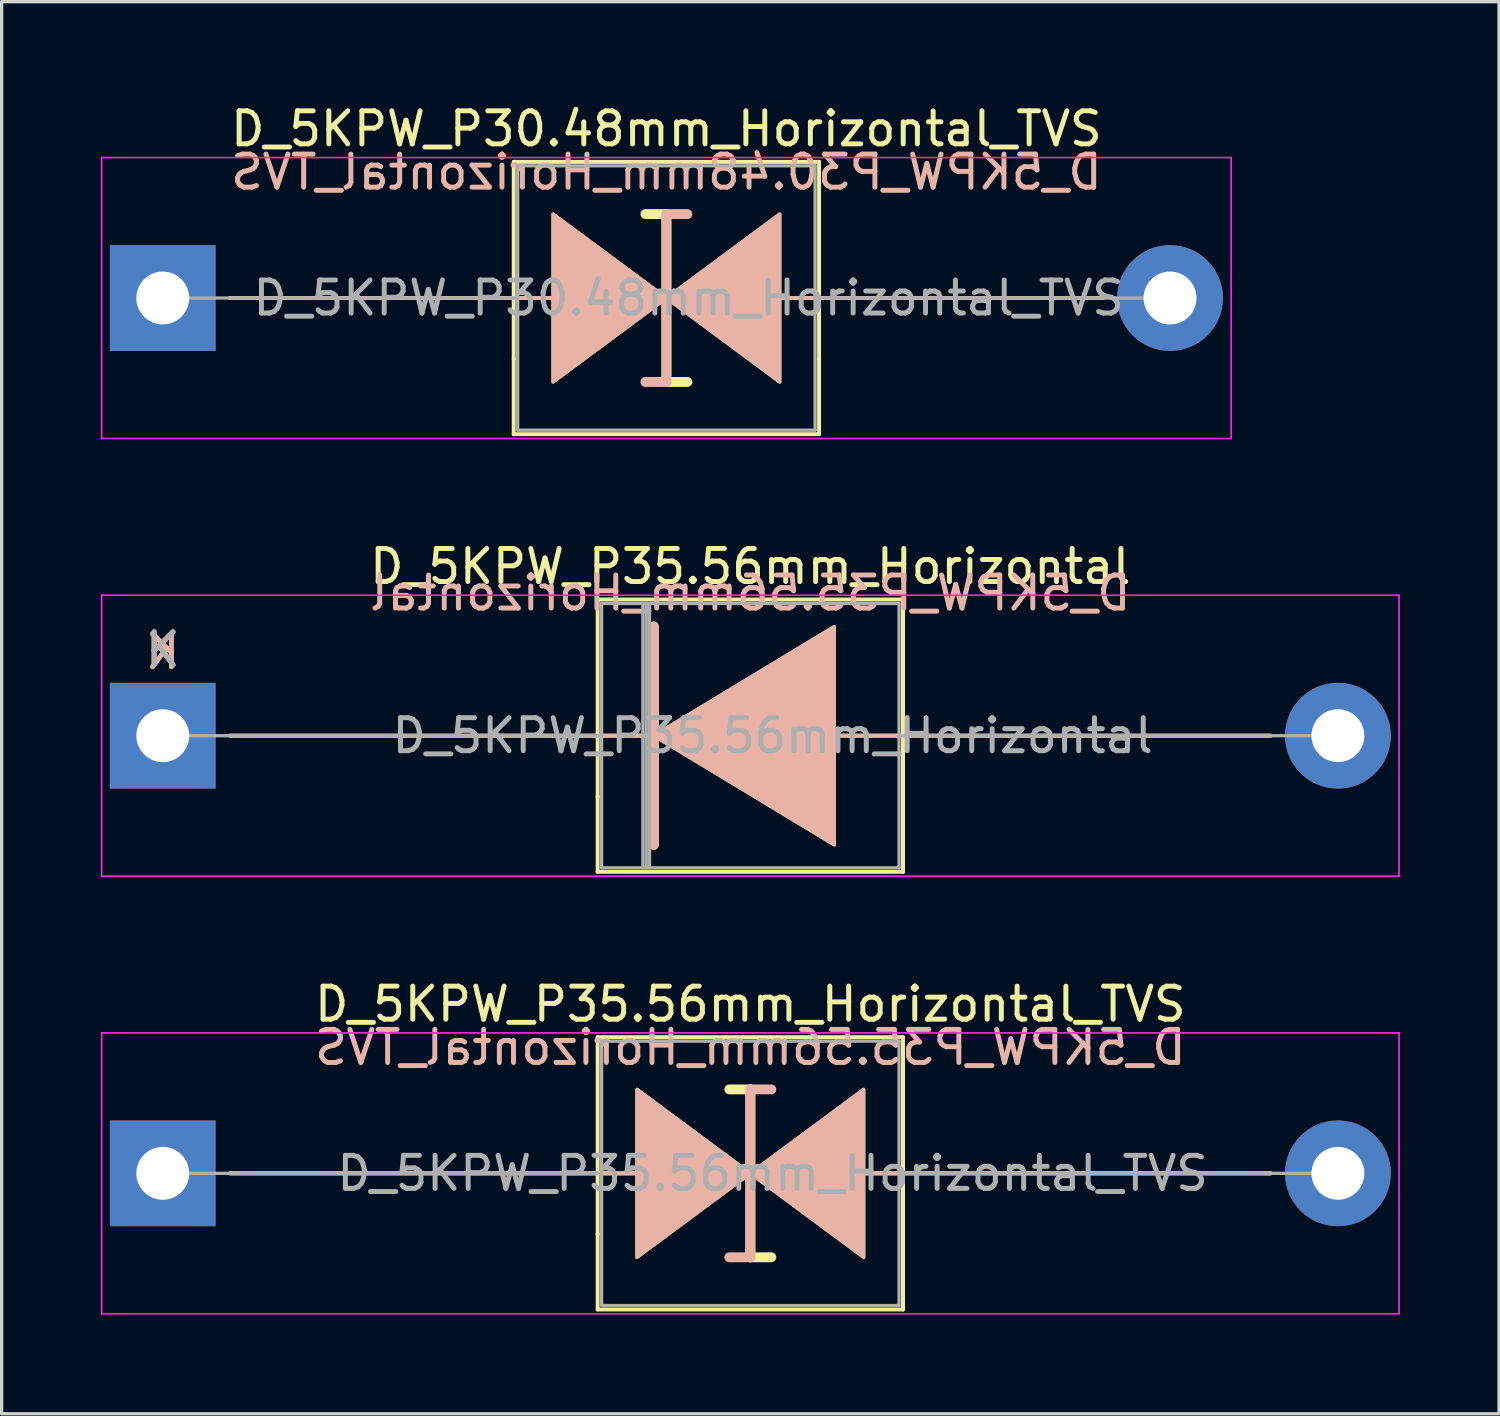
<source format=kicad_pcb>
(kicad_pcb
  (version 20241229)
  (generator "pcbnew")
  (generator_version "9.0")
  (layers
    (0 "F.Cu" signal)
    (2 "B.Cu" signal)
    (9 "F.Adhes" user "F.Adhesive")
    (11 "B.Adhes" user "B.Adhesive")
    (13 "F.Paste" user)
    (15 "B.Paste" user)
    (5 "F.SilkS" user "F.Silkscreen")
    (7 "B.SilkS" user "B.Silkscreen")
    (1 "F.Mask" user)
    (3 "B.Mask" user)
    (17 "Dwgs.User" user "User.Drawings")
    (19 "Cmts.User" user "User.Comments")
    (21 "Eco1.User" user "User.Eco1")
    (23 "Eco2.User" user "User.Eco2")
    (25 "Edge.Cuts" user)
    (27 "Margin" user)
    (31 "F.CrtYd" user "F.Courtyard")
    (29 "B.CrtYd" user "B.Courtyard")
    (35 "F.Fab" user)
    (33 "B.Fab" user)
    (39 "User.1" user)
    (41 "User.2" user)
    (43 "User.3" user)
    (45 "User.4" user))
  (footprint "D_5KPW_P35.56mm_Horizontal"
    (layer "F.Cu")
    (at 1.875 19.212)
    (property "Reference" "D_5KPW_P35.56mm_Horizontal" (at 17.78 -5.12 0) (layer "F.SilkS") (effects (font (size 1 1) (thickness 0.15))))
    (fp_line (start 2.032 0) (end 14.859 0) (stroke (width 0.12) (type solid)) (layer "F.SilkS"))
    (fp_line (start 13.16 -4.12) (end 22.4 -4.12) (stroke (width 0.12) (type solid)) (layer "F.SilkS"))
    (fp_line (start 13.16 1.84) (end 13.16 -4.12) (stroke (width 0.12) (type solid)) (layer "F.SilkS"))
    (fp_line (start 13.16 1.84) (end 13.16 4.12) (stroke (width 0.12) (type solid)) (layer "F.SilkS"))
    (fp_line (start 13.16 4.12) (end 22.4 4.12) (stroke (width 0.12) (type solid)) (layer "F.SilkS"))
    (fp_line (start 14.859 -3.302) (end 14.859 3.302) (stroke (width 0.3) (type solid)) (layer "F.SilkS"))
    (fp_line (start 22.4 -4.12) (end 22.4 1.84) (stroke (width 0.12) (type solid)) (layer "F.SilkS"))
    (fp_line (start 22.4 4.12) (end 22.4 1.84) (stroke (width 0.12) (type solid)) (layer "F.SilkS"))
    (fp_line (start 33.528 0) (end 19.83 0) (stroke (width 0.12) (type solid)) (layer "F.SilkS"))
    (fp_poly (pts (xy 20.32 3.302) (xy 14.859 0) (xy 20.32 -3.302)) (stroke (width 0.1) (type solid)) (fill yes) (layer "F.SilkS"))
    (fp_line (start 2.032 0) (end 14.859 0) (stroke (width 0.12) (type solid)) (layer "B.SilkS"))
    (fp_line (start 14.859 3.302) (end 14.859 -3.302) (stroke (width 0.3) (type solid)) (layer "B.SilkS"))
    (fp_line (start 33.528 0) (end 19.83 0) (stroke (width 0.12) (type solid)) (layer "B.SilkS"))
    (fp_poly (pts (xy 20.32 -3.302) (xy 14.859 0) (xy 20.32 3.302)) (stroke (width 0.1) (type solid)) (fill yes) (layer "B.SilkS"))
    (fp_line (start -1.85 -4.25) (end -1.85 4.25) (stroke (width 0.05) (type solid)) (layer "F.CrtYd"))
    (fp_line (start -1.85 4.25) (end 37.41 4.25) (stroke (width 0.05) (type solid)) (layer "F.CrtYd"))
    (fp_line (start 37.41 -4.25) (end -1.85 -4.25) (stroke (width 0.05) (type solid)) (layer "F.CrtYd"))
    (fp_line (start 37.41 4.25) (end 37.41 -4.25) (stroke (width 0.05) (type solid)) (layer "F.CrtYd"))
    (fp_line (start 0 0) (end 13.28 0) (stroke (width 0.1) (type solid)) (layer "F.Fab"))
    (fp_line (start 13.28 -4) (end 13.28 4) (stroke (width 0.1) (type solid)) (layer "F.Fab"))
    (fp_line (start 13.28 4) (end 22.28 4) (stroke (width 0.1) (type solid)) (layer "F.Fab"))
    (fp_line (start 14.53 -4) (end 14.53 4) (stroke (width 0.1) (type solid)) (layer "F.Fab"))
    (fp_line (start 14.63 -4) (end 14.63 4) (stroke (width 0.1) (type solid)) (layer "F.Fab"))
    (fp_line (start 14.73 -4) (end 14.73 4) (stroke (width 0.1) (type solid)) (layer "F.Fab"))
    (fp_line (start 22.28 -4) (end 13.28 -4) (stroke (width 0.1) (type solid)) (layer "F.Fab"))
    (fp_line (start 22.28 4) (end 22.28 -4) (stroke (width 0.1) (type solid)) (layer "F.Fab"))
    (fp_line (start 35.56 0) (end 22.28 0) (stroke (width 0.1) (type solid)) (layer "F.Fab"))
    (fp_text user "K" (at 0 -2.6 0) (layer "F.SilkS") (effects (font (size 1 1) (thickness 0.15))))
    (fp_text user "${REFERENCE}" (at 17.78 -4.318 0) (layer "B.SilkS") (effects (font (size 1 1) (thickness 0.15)) (justify mirror)))
    (fp_text user "K" (at 0 -2.54 0) (layer "B.SilkS") (effects (font (size 1 1) (thickness 0.15)) (justify mirror)))
    (fp_text user "${REFERENCE}" (at 18.455 0 0) (layer "F.Fab") (effects (font (size 1 1) (thickness 0.15))))
    (fp_text user "K" (at 0 -2.6 0) (layer "F.Fab") (effects (font (size 1 1) (thickness 0.15))))
    (pad "1" thru_hole rect (at 0 0) (size 3.2 3.2) (drill 1.6) (layers "*.Cu" "*.Mask"))
    (pad "2" thru_hole oval (at 35.56 0) (size 3.2 3.2) (drill 1.6) (layers "*.Cu" "*.Mask")))
  (footprint "D_5KPW_P30.48mm_Horizontal_TVS"
    (layer "F.Cu")
    (at 1.875 5.968)
    (property "Reference" "D_5KPW_P30.48mm_Horizontal_TVS" (at 15.24 -5.12 0) (layer "F.SilkS") (effects (font (size 1 1) (thickness 0.15))))
    (fp_line (start 10.62 -4.12) (end 19.86 -4.12) (stroke (width 0.12) (type solid)) (layer "F.SilkS"))
    (fp_line (start 10.62 1.84) (end 10.62 -4.12) (stroke (width 0.12) (type solid)) (layer "F.SilkS"))
    (fp_line (start 10.62 1.84) (end 10.62 4.12) (stroke (width 0.12) (type solid)) (layer "F.SilkS"))
    (fp_line (start 10.62 4.12) (end 19.86 4.12) (stroke (width 0.12) (type solid)) (layer "F.SilkS"))
    (fp_line (start 11.811 0) (end 2.032 0) (stroke (width 0.12) (type solid)) (layer "F.SilkS"))
    (fp_line (start 15.24 -2.54) (end 14.605 -2.54) (stroke (width 0.3) (type solid)) (layer "F.SilkS"))
    (fp_line (start 15.24 2.54) (end 15.24 -2.54) (stroke (width 0.3) (type solid)) (layer "F.SilkS"))
    (fp_line (start 15.875 2.54) (end 15.24 2.54) (stroke (width 0.3) (type solid)) (layer "F.SilkS"))
    (fp_line (start 19.86 -4.12) (end 19.86 1.84) (stroke (width 0.12) (type solid)) (layer "F.SilkS"))
    (fp_line (start 19.86 4.12) (end 19.86 1.84) (stroke (width 0.12) (type solid)) (layer "F.SilkS"))
    (fp_line (start 28.448 0) (end 18.669 0) (stroke (width 0.12) (type solid)) (layer "F.SilkS"))
    (fp_poly (pts (xy 15.24 0) (xy 11.811 2.54) (xy 11.811 -2.54)) (stroke (width 0.1) (type solid)) (fill yes) (layer "F.SilkS"))
    (fp_poly (pts (xy 15.24 0) (xy 18.669 -2.54) (xy 18.669 2.54)) (stroke (width 0.1) (type solid)) (fill yes) (layer "F.SilkS"))
    (fp_line (start 11.811 0) (end 2.032 0) (stroke (width 0.12) (type solid)) (layer "B.SilkS"))
    (fp_line (start 15.24 -2.54) (end 15.24 2.54) (stroke (width 0.3) (type solid)) (layer "B.SilkS"))
    (fp_line (start 15.24 2.54) (end 14.605 2.54) (stroke (width 0.3) (type solid)) (layer "B.SilkS"))
    (fp_line (start 15.875 -2.54) (end 15.24 -2.54) (stroke (width 0.3) (type solid)) (layer "B.SilkS"))
    (fp_line (start 28.448 0) (end 18.669 0) (stroke (width 0.12) (type solid)) (layer "B.SilkS"))
    (fp_poly (pts (xy 15.24 0) (xy 11.811 -2.54) (xy 11.811 2.54)) (stroke (width 0.1) (type solid)) (fill yes) (layer "B.SilkS"))
    (fp_poly (pts (xy 15.24 0) (xy 18.669 2.54) (xy 18.669 -2.54)) (stroke (width 0.1) (type solid)) (fill yes) (layer "B.SilkS"))
    (fp_line (start -1.85 -4.25) (end -1.85 4.25) (stroke (width 0.05) (type solid)) (layer "F.CrtYd"))
    (fp_line (start -1.85 4.25) (end 32.33 4.25) (stroke (width 0.05) (type solid)) (layer "F.CrtYd"))
    (fp_line (start 32.33 -4.25) (end -1.85 -4.25) (stroke (width 0.05) (type solid)) (layer "F.CrtYd"))
    (fp_line (start 32.33 4.25) (end 32.33 -4.25) (stroke (width 0.05) (type solid)) (layer "F.CrtYd"))
    (fp_line (start 0 0) (end 10.74 0) (stroke (width 0.1) (type solid)) (layer "F.Fab"))
    (fp_line (start 10.74 -4) (end 10.74 4) (stroke (width 0.1) (type solid)) (layer "F.Fab"))
    (fp_line (start 10.74 4) (end 19.74 4) (stroke (width 0.1) (type solid)) (layer "F.Fab"))
    (fp_line (start 19.74 -4) (end 10.74 -4) (stroke (width 0.1) (type solid)) (layer "F.Fab"))
    (fp_line (start 19.74 4) (end 19.74 -4) (stroke (width 0.1) (type solid)) (layer "F.Fab"))
    (fp_line (start 30.48 0) (end 19.74 0) (stroke (width 0.1) (type solid)) (layer "F.Fab"))
    (fp_text user "${REFERENCE}" (at 15.24 -3.81 0) (layer "B.SilkS") (effects (font (size 1 1) (thickness 0.15)) (justify mirror)))
    (fp_text user "${REFERENCE}" (at 15.915 0 0) (layer "F.Fab") (effects (font (size 1 1) (thickness 0.15))))
    (pad "1" thru_hole rect (at 0 0) (size 3.2 3.2) (drill 1.6) (layers "*.Cu" "*.Mask"))
    (pad "2" thru_hole oval (at 30.48 0) (size 3.2 3.2) (drill 1.6) (layers "*.Cu" "*.Mask")))
  (footprint "D_5KPW_P35.56mm_Horizontal_TVS"
    (layer "F.Cu")
    (at 1.875 32.455)
    (property "Reference" "D_5KPW_P35.56mm_Horizontal_TVS" (at 17.78 -5.12 0) (layer "F.SilkS") (effects (font (size 1 1) (thickness 0.15))))
    (fp_line (start 13.16 -4.12) (end 22.4 -4.12) (stroke (width 0.12) (type solid)) (layer "F.SilkS"))
    (fp_line (start 13.16 1.84) (end 13.16 -4.12) (stroke (width 0.12) (type solid)) (layer "F.SilkS"))
    (fp_line (start 13.16 1.84) (end 13.16 4.12) (stroke (width 0.12) (type solid)) (layer "F.SilkS"))
    (fp_line (start 13.16 4.12) (end 22.4 4.12) (stroke (width 0.12) (type solid)) (layer "F.SilkS"))
    (fp_line (start 14.351 0) (end 2.032 0) (stroke (width 0.12) (type solid)) (layer "F.SilkS"))
    (fp_line (start 17.78 -2.54) (end 17.145 -2.54) (stroke (width 0.3) (type solid)) (layer "F.SilkS"))
    (fp_line (start 17.78 2.54) (end 17.78 -2.54) (stroke (width 0.3) (type solid)) (layer "F.SilkS"))
    (fp_line (start 18.415 2.54) (end 17.78 2.54) (stroke (width 0.3) (type solid)) (layer "F.SilkS"))
    (fp_line (start 22.4 -4.12) (end 22.4 1.84) (stroke (width 0.12) (type solid)) (layer "F.SilkS"))
    (fp_line (start 22.4 4.12) (end 22.4 1.84) (stroke (width 0.12) (type solid)) (layer "F.SilkS"))
    (fp_line (start 33.528 0) (end 21.209 0) (stroke (width 0.12) (type solid)) (layer "F.SilkS"))
    (fp_poly (pts (xy 17.78 0) (xy 14.351 2.54) (xy 14.351 -2.54)) (stroke (width 0.1) (type solid)) (fill yes) (layer "F.SilkS"))
    (fp_poly (pts (xy 17.78 0) (xy 21.209 -2.54) (xy 21.209 2.54)) (stroke (width 0.1) (type solid)) (fill yes) (layer "F.SilkS"))
    (fp_line (start 14.351 0) (end 2.032 0) (stroke (width 0.12) (type solid)) (layer "B.SilkS"))
    (fp_line (start 17.78 -2.54) (end 17.78 2.54) (stroke (width 0.3) (type solid)) (layer "B.SilkS"))
    (fp_line (start 17.78 2.54) (end 17.145 2.54) (stroke (width 0.3) (type solid)) (layer "B.SilkS"))
    (fp_line (start 18.415 -2.54) (end 17.78 -2.54) (stroke (width 0.3) (type solid)) (layer "B.SilkS"))
    (fp_line (start 33.528 0) (end 21.209 0) (stroke (width 0.12) (type solid)) (layer "B.SilkS"))
    (fp_poly (pts (xy 17.78 0) (xy 14.351 -2.54) (xy 14.351 2.54)) (stroke (width 0.1) (type solid)) (fill yes) (layer "B.SilkS"))
    (fp_poly (pts (xy 17.78 0) (xy 21.209 2.54) (xy 21.209 -2.54)) (stroke (width 0.1) (type solid)) (fill yes) (layer "B.SilkS"))
    (fp_line (start -1.85 -4.25) (end -1.85 4.25) (stroke (width 0.05) (type solid)) (layer "F.CrtYd"))
    (fp_line (start -1.85 4.25) (end 37.41 4.25) (stroke (width 0.05) (type solid)) (layer "F.CrtYd"))
    (fp_line (start 37.41 -4.25) (end -1.85 -4.25) (stroke (width 0.05) (type solid)) (layer "F.CrtYd"))
    (fp_line (start 37.41 4.25) (end 37.41 -4.25) (stroke (width 0.05) (type solid)) (layer "F.CrtYd"))
    (fp_line (start 0 0) (end 13.28 0) (stroke (width 0.1) (type solid)) (layer "F.Fab"))
    (fp_line (start 13.28 -4) (end 13.28 4) (stroke (width 0.1) (type solid)) (layer "F.Fab"))
    (fp_line (start 13.28 4) (end 22.28 4) (stroke (width 0.1) (type solid)) (layer "F.Fab"))
    (fp_line (start 22.28 -4) (end 13.28 -4) (stroke (width 0.1) (type solid)) (layer "F.Fab"))
    (fp_line (start 22.28 4) (end 22.28 -4) (stroke (width 0.1) (type solid)) (layer "F.Fab"))
    (fp_line (start 35.56 0) (end 22.28 0) (stroke (width 0.1) (type solid)) (layer "F.Fab"))
    (fp_text user "${REFERENCE}" (at 17.78 -3.81 0) (layer "B.SilkS") (effects (font (size 1 1) (thickness 0.15)) (justify mirror)))
    (fp_text user "${REFERENCE}" (at 18.455 0 0) (layer "F.Fab") (effects (font (size 1 1) (thickness 0.15))))
    (pad "1" thru_hole rect (at 0 0) (size 3.2 3.2) (drill 1.6) (layers "*.Cu" "*.Mask"))
    (pad "2" thru_hole oval (at 35.56 0) (size 3.2 3.2) (drill 1.6) (layers "*.Cu" "*.Mask")))
  (gr_rect
    (start -3 -3)
    (end 42.31 39.73)
    (stroke (width 0.1) (type default))
    (fill no)
    (layer "Edge.Cuts")))
</source>
